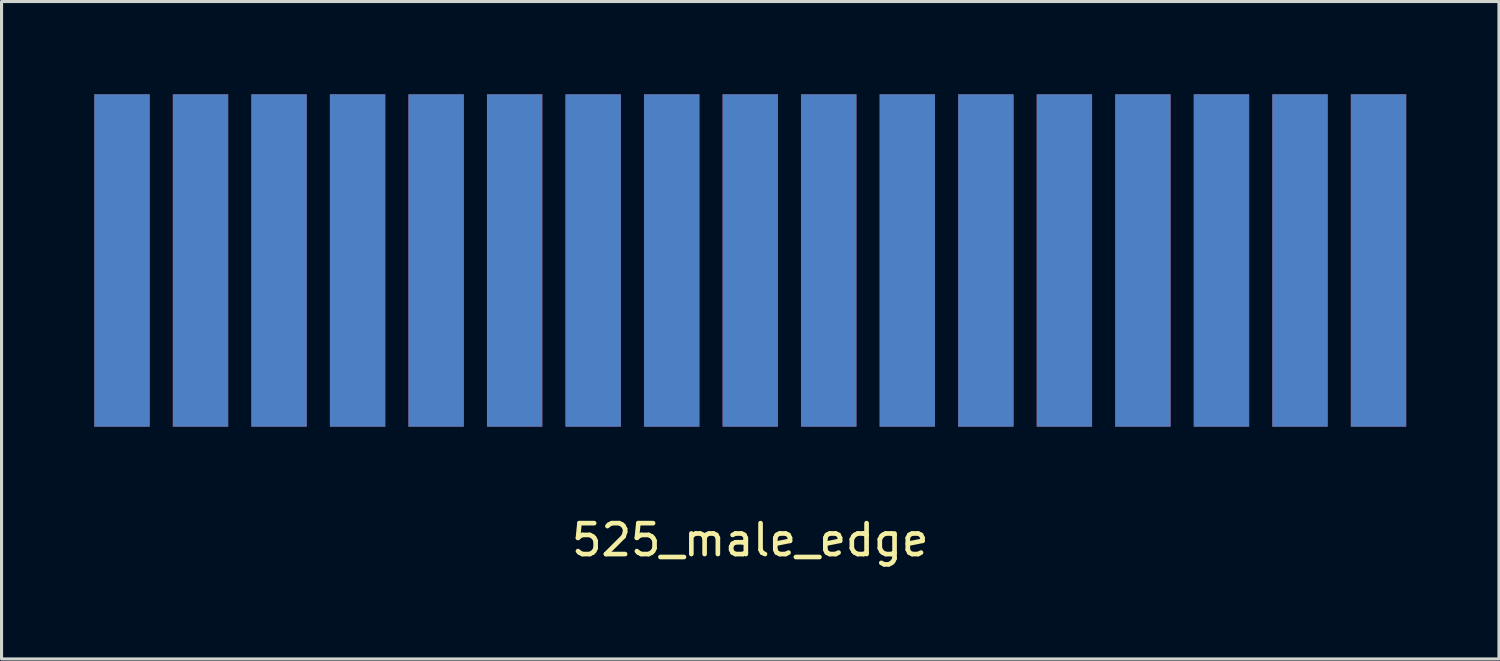
<source format=kicad_pcb>
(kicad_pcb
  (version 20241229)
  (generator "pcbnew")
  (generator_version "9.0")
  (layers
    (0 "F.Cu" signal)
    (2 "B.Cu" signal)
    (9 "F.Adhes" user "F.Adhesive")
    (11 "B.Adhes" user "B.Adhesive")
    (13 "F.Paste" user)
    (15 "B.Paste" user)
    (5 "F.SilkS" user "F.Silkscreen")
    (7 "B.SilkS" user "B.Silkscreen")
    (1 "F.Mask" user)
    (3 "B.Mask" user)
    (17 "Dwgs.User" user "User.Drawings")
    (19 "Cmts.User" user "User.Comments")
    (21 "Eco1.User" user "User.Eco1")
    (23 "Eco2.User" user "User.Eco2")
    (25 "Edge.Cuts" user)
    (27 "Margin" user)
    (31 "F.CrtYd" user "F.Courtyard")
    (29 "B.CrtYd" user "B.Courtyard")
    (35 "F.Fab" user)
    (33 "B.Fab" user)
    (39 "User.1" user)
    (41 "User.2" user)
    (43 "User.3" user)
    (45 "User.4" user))
  (footprint "525_male_edge"
    (layer "F.Cu")
    (at 21.215 7.915)
    (property "Reference" "525_male_edge" (at 0 6.5 0) (layer "F.SilkS") (effects (font (size 1 1) (thickness 0.15))))
    (attr through_hole)
    (pad "1" smd rect (at 20.32 -2.54) (size 1.79 10.75) (layers "B.Cu" "B.Mask" "B.Paste"))
    (pad "2" smd rect (at 20.32 -2.54) (size 1.79 10.75) (layers "F.Cu" "F.Mask" "F.Paste"))
    (pad "3" smd rect (at 17.78 -2.54) (size 1.79 10.75) (layers "B.Cu" "B.Mask" "B.Paste"))
    (pad "4" smd rect (at 17.78 -2.54) (size 1.79 10.75) (layers "F.Cu" "F.Mask" "F.Paste"))
    (pad "5" smd rect (at 15.24 -2.54) (size 1.79 10.75) (layers "B.Cu" "B.Mask" "B.Paste"))
    (pad "6" smd rect (at 15.24 -2.54) (size 1.79 10.75) (layers "F.Cu" "F.Mask" "F.Paste"))
    (pad "7" smd rect (at 12.7 -2.54) (size 1.79 10.75) (layers "B.Cu" "B.Mask" "B.Paste"))
    (pad "8" smd rect (at 12.7 -2.54) (size 1.79 10.75) (layers "F.Cu" "F.Mask" "F.Paste"))
    (pad "9" smd rect (at 10.16 -2.54) (size 1.79 10.75) (layers "B.Cu" "B.Mask" "B.Paste"))
    (pad "10" smd rect (at 10.16 -2.54) (size 1.79 10.75) (layers "F.Cu" "F.Mask" "F.Paste"))
    (pad "11" smd rect (at 7.62 -2.54) (size 1.79 10.75) (layers "B.Cu" "B.Mask" "B.Paste"))
    (pad "12" smd rect (at 7.62 -2.54) (size 1.79 10.75) (layers "F.Cu" "F.Mask" "F.Paste"))
    (pad "13" smd rect (at 5.08 -2.54) (size 1.79 10.75) (layers "B.Cu" "B.Mask" "B.Paste"))
    (pad "14" smd rect (at 5.08 -2.54) (size 1.79 10.75) (layers "F.Cu" "F.Mask" "F.Paste"))
    (pad "15" smd rect (at 2.54 -2.54) (size 1.79 10.75) (layers "B.Cu" "B.Mask" "B.Paste"))
    (pad "16" smd rect (at 2.54 -2.54) (size 1.79 10.75) (layers "F.Cu" "F.Mask" "F.Paste"))
    (pad "17" smd rect (at 0 -2.54) (size 1.79 10.75) (layers "B.Cu" "B.Mask" "B.Paste"))
    (pad "18" smd rect (at 0 -2.54) (size 1.79 10.75) (layers "F.Cu" "F.Mask" "F.Paste"))
    (pad "19" smd rect (at -2.54 -2.54) (size 1.79 10.75) (layers "B.Cu" "B.Mask" "B.Paste"))
    (pad "20" smd rect (at -2.54 -2.54) (size 1.79 10.75) (layers "F.Cu" "F.Mask" "F.Paste"))
    (pad "21" smd rect (at -5.08 -2.54) (size 1.79 10.75) (layers "B.Cu" "B.Mask" "B.Paste"))
    (pad "22" smd rect (at -5.08 -2.54) (size 1.79 10.75) (layers "F.Cu" "F.Mask" "F.Paste"))
    (pad "23" smd rect (at -7.62 -2.54) (size 1.79 10.75) (layers "B.Cu" "B.Mask" "B.Paste"))
    (pad "24" smd rect (at -7.62 -2.54) (size 1.79 10.75) (layers "F.Cu" "F.Mask" "F.Paste"))
    (pad "25" smd rect (at -10.16 -2.54) (size 1.79 10.75) (layers "B.Cu" "B.Mask" "B.Paste"))
    (pad "26" smd rect (at -10.16 -2.54) (size 1.79 10.75) (layers "F.Cu" "F.Mask" "F.Paste"))
    (pad "27" smd rect (at -12.7 -2.54) (size 1.79 10.75) (layers "B.Cu" "B.Mask" "B.Paste"))
    (pad "28" smd rect (at -12.7 -2.54) (size 1.79 10.75) (layers "F.Cu" "F.Mask" "F.Paste"))
    (pad "29" smd rect (at -15.24 -2.54) (size 1.79 10.75) (layers "B.Cu" "B.Mask" "B.Paste"))
    (pad "30" smd rect (at -15.24 -2.54) (size 1.79 10.75) (layers "F.Cu" "F.Mask" "F.Paste"))
    (pad "31" smd rect (at -17.78 -2.54) (size 1.79 10.75) (layers "B.Cu" "B.Mask" "B.Paste"))
    (pad "32" smd rect (at -17.78 -2.54) (size 1.79 10.75) (layers "F.Cu" "F.Mask" "F.Paste"))
    (pad "33" smd rect (at -20.32 -2.54) (size 1.79 10.75) (layers "B.Cu" "B.Mask" "B.Paste"))
    (pad "34" smd rect (at -20.32 -2.54) (size 1.79 10.75) (layers "F.Cu" "F.Mask" "F.Paste")))
  (gr_rect
    (start -3 -3)
    (end 45.43 18.263)
    (stroke (width 0.1) (type default))
    (fill no)
    (layer "Edge.Cuts")))
</source>
